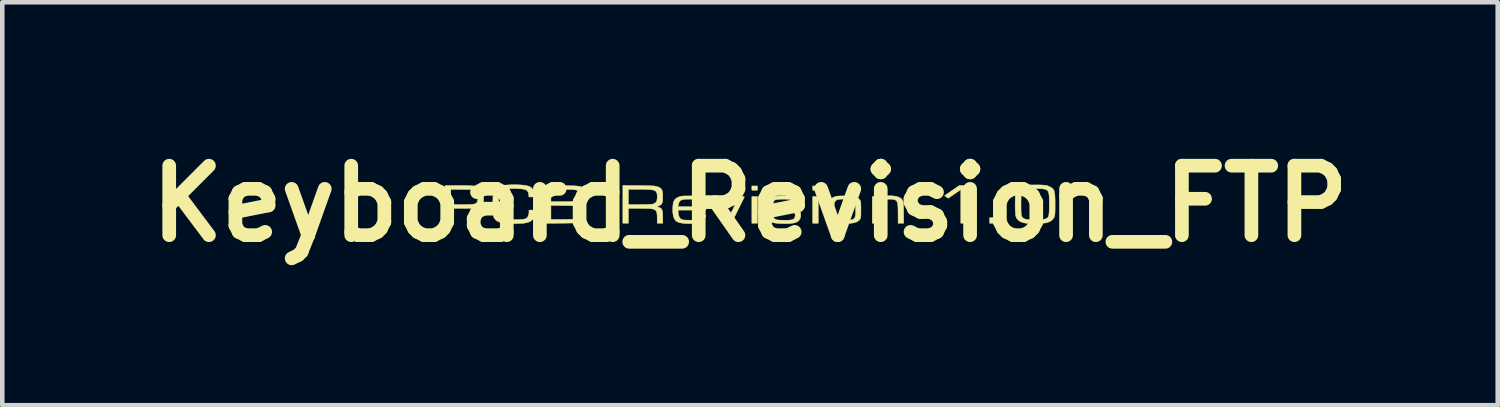
<source format=kicad_pcb>
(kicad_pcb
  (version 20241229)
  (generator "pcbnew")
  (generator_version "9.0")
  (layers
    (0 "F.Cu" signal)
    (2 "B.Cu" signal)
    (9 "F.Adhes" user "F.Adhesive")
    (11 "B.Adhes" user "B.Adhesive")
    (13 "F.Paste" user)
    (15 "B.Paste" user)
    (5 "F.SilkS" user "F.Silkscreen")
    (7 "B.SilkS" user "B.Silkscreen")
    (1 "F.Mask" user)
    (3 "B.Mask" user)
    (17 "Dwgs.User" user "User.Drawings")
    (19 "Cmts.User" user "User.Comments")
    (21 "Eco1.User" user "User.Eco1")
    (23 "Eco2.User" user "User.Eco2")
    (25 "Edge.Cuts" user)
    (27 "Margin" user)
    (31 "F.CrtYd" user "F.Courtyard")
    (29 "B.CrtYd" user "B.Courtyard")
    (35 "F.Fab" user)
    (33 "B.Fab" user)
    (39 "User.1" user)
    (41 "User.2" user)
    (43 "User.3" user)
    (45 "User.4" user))
  (footprint "Keyboard_Revision_FTP"
    (layer "F.Cu")
    (at 13.397 1.418)
    (property "Reference" "Keyboard_Revision_FTP" (at 0 0 0) (layer "F.SilkS") (effects (font (size 1.524 1.524) (thickness 0.3))))
    (attr through_hole)
    (fp_poly (pts (xy 0.162 -0.297) (xy 0.04 -0.297) (xy 0.04 -0.39) (xy 0.162 -0.39) (xy 0.162 -0.297)) (stroke (width 0.01) (type solid)) (fill yes) (layer "F.SilkS"))
    (fp_poly (pts (xy 0.162 0.428) (xy 0.04 0.428) (xy 0.04 -0.158) (xy 0.162 -0.158) (xy 0.162 0.428)) (stroke (width 0.01) (type solid)) (fill yes) (layer "F.SilkS"))
    (fp_poly (pts (xy 1.496 -0.297) (xy 1.374 -0.297) (xy 1.374 -0.39) (xy 1.496 -0.39) (xy 1.496 -0.297)) (stroke (width 0.01) (type solid)) (fill yes) (layer "F.SilkS"))
    (fp_poly (pts (xy 1.496 0.428) (xy 1.374 0.428) (xy 1.374 -0.158) (xy 1.496 -0.158) (xy 1.496 0.428)) (stroke (width 0.01) (type solid)) (fill yes) (layer "F.SilkS"))
    (fp_poly (pts (xy 5.39 0.428) (xy 5.255 0.428) (xy 5.255 0.307) (xy 5.39 0.307) (xy 5.39 0.428)) (stroke (width 0.01) (type solid)) (fill yes) (layer "F.SilkS"))
    (fp_poly (pts (xy 4.757 0.428) (xy 4.622 0.428) (xy 4.622 -0.311) (xy 4.345 -0.12) (xy 4.305 -0.149) (xy 4.266 -0.177) (xy 4.588 -0.4) (xy 4.757 -0.4) (xy 4.757 0.428)) (stroke (width 0.01) (type solid)) (fill yes) (layer "F.SilkS"))
    (fp_poly (pts (xy -6.39 -0.399) (xy -6.254 -0.399) (xy -6.143 -0.396) (xy -6.053 -0.39) (xy -5.983 -0.381) (xy -5.93 -0.365) (xy -5.893 -0.344) (xy -5.867 -0.315) (xy -5.852 -0.278) (xy -5.844 -0.231) (xy -5.842 -0.174) (xy -5.841 -0.153) (xy -5.843 -0.087) (xy -5.85 -0.033) (xy -5.865 0.01) (xy -5.891 0.043) (xy -5.929 0.067) (xy -5.982 0.083) (xy -6.054 0.094) (xy -6.146 0.1) (xy -6.261 0.102) (xy -6.335 0.102) (xy -6.562 0.102) (xy -6.562 0.428) (xy -6.684 0.428) (xy -6.684 0.019) (xy -6.562 0.019) (xy -6.326 0.019) (xy -6.229 0.018) (xy -6.156 0.017) (xy -6.102 0.014) (xy -6.064 0.01) (xy -6.043 0.005) (xy -6.014 -0.006) (xy -5.994 -0.021) (xy -5.98 -0.044) (xy -5.973 -0.077) (xy -5.97 -0.124) (xy -5.969 -0.158) (xy -5.97 -0.203) (xy -5.972 -0.234) (xy -5.977 -0.255) (xy -5.985 -0.27) (xy -5.998 -0.283) (xy -6.002 -0.285) (xy -6.034 -0.311) (xy -6.562 -0.317) (xy -6.562 0.019) (xy -6.684 0.019) (xy -6.684 -0.4) (xy -6.39 -0.399)) (stroke (width 0.01) (type solid)) (fill yes) (layer "F.SilkS"))
    (fp_poly (pts (xy 3.124 -0.173) (xy 3.212 -0.161) (xy 3.278 -0.138) (xy 3.326 -0.103) (xy 3.354 -0.055) (xy 3.356 -0.05) (xy 3.359 -0.031) (xy 3.362 0.004) (xy 3.365 0.052) (xy 3.367 0.108) (xy 3.368 0.171) (xy 3.368 0.207) (xy 3.369 0.428) (xy 3.247 0.428) (xy 3.247 0.221) (xy 3.246 0.136) (xy 3.244 0.068) (xy 3.239 0.014) (xy 3.231 -0.026) (xy 3.217 -0.055) (xy 3.198 -0.076) (xy 3.173 -0.088) (xy 3.139 -0.096) (xy 3.097 -0.1) (xy 3.073 -0.101) (xy 2.984 -0.098) (xy 2.913 -0.084) (xy 2.861 -0.056) (xy 2.831 -0.024) (xy 2.821 -0.01) (xy 2.815 0.005) (xy 2.81 0.024) (xy 2.806 0.05) (xy 2.804 0.085) (xy 2.803 0.132) (xy 2.803 0.193) (xy 2.803 0.221) (xy 2.803 0.428) (xy 2.681 0.428) (xy 2.681 -0.158) (xy 2.735 -0.158) (xy 2.77 -0.157) (xy 2.785 -0.151) (xy 2.789 -0.136) (xy 2.789 -0.129) (xy 2.789 -0.1) (xy 2.836 -0.128) (xy 2.895 -0.153) (xy 2.972 -0.169) (xy 3.062 -0.175) (xy 3.124 -0.173)) (stroke (width 0.01) (type solid)) (fill yes) (layer "F.SilkS"))
    (fp_poly (pts (xy -0.717 -0.109) (xy -0.705 -0.086) (xy -0.687 -0.049) (xy -0.662 -0.000289) (xy -0.635 0.056) (xy -0.605 0.116) (xy -0.592 0.142) (xy -0.564 0.198) (xy -0.538 0.248) (xy -0.515 0.288) (xy -0.498 0.317) (xy -0.487 0.331) (xy -0.484 0.332) (xy -0.477 0.321) (xy -0.463 0.294) (xy -0.443 0.254) (xy -0.418 0.204) (xy -0.389 0.147) (xy -0.357 0.083) (xy -0.357 0.081) (xy -0.238 -0.158) (xy -0.178 -0.158) (xy -0.139 -0.156) (xy -0.124 -0.15) (xy -0.125 -0.146) (xy -0.13 -0.135) (xy -0.144 -0.108) (xy -0.164 -0.068) (xy -0.189 -0.017) (xy -0.218 0.042) (xy -0.251 0.109) (xy -0.27 0.146) (xy -0.409 0.428) (xy -0.488 0.428) (xy -0.533 0.427) (xy -0.559 0.423) (xy -0.573 0.415) (xy -0.578 0.407) (xy -0.585 0.393) (xy -0.6 0.364) (xy -0.621 0.322) (xy -0.648 0.27) (xy -0.678 0.21) (xy -0.711 0.144) (xy -0.718 0.13) (xy -0.752 0.064) (xy -0.782 0.003) (xy -0.809 -0.05) (xy -0.831 -0.093) (xy -0.847 -0.124) (xy -0.855 -0.14) (xy -0.856 -0.142) (xy -0.858 -0.152) (xy -0.846 -0.157) (xy -0.813 -0.158) (xy -0.804 -0.158) (xy -0.743 -0.158) (xy -0.717 -0.109)) (stroke (width 0.01) (type solid)) (fill yes) (layer "F.SilkS"))
    (fp_poly (pts (xy -2.442 -0.398) (xy -2.336 -0.397) (xy -2.252 -0.396) (xy -2.188 -0.394) (xy -2.14 -0.392) (xy -2.104 -0.39) (xy -2.077 -0.386) (xy -2.055 -0.381) (xy -2.033 -0.375) (xy -2.031 -0.374) (xy -1.989 -0.358) (xy -1.959 -0.339) (xy -1.937 -0.312) (xy -1.924 -0.276) (xy -1.916 -0.228) (xy -1.914 -0.165) (xy -1.914 -0.153) (xy -1.915 -0.09) (xy -1.921 -0.042) (xy -1.933 -0.006) (xy -1.952 0.019) (xy -1.979 0.037) (xy -2.004 0.047) (xy -2.047 0.062) (xy -2.002 0.077) (xy -1.971 0.09) (xy -1.948 0.107) (xy -1.932 0.132) (xy -1.921 0.166) (xy -1.915 0.213) (xy -1.913 0.275) (xy -1.913 0.292) (xy -1.913 0.428) (xy -2.035 0.428) (xy -2.036 0.318) (xy -2.037 0.255) (xy -2.042 0.205) (xy -2.053 0.168) (xy -2.074 0.141) (xy -2.107 0.122) (xy -2.156 0.111) (xy -2.223 0.105) (xy -2.311 0.103) (xy -2.415 0.102) (xy -2.668 0.102) (xy -2.668 0.428) (xy -2.789 0.428) (xy -2.789 -0.316) (xy -2.668 -0.316) (xy -2.668 0.019) (xy -2.422 0.018) (xy -2.322 0.017) (xy -2.238 0.015) (xy -2.175 0.012) (xy -2.135 0.008) (xy -2.129 0.006) (xy -2.088 -0.009) (xy -2.059 -0.035) (xy -2.042 -0.074) (xy -2.035 -0.127) (xy -2.035 -0.147) (xy -2.036 -0.196) (xy -2.043 -0.235) (xy -2.057 -0.264) (xy -2.082 -0.286) (xy -2.121 -0.3) (xy -2.176 -0.309) (xy -2.25 -0.314) (xy -2.347 -0.316) (xy -2.418 -0.316) (xy -2.668 -0.316) (xy -2.789 -0.316) (xy -2.789 -0.401) (xy -2.442 -0.398)) (stroke (width 0.01) (type solid)) (fill yes) (layer "F.SilkS"))
    (fp_poly (pts (xy -1.262 -0.172) (xy -1.21 -0.17) (xy -1.172 -0.167) (xy -1.141 -0.162) (xy -1.112 -0.153) (xy -1.099 -0.149) (xy -1.051 -0.129) (xy -1.017 -0.104) (xy -0.994 -0.072) (xy -0.98 -0.029) (xy -0.973 0.028) (xy -0.972 0.044) (xy -0.968 0.139) (xy -1.577 0.139) (xy -1.577 0.181) (xy -1.571 0.235) (xy -1.556 0.283) (xy -1.532 0.32) (xy -1.515 0.335) (xy -1.496 0.346) (xy -1.473 0.353) (xy -1.44 0.357) (xy -1.391 0.359) (xy -1.35 0.36) (xy -1.267 0.361) (xy -1.205 0.356) (xy -1.162 0.344) (xy -1.131 0.325) (xy -1.11 0.296) (xy -1.105 0.286) (xy -1.092 0.26) (xy -1.078 0.247) (xy -1.057 0.242) (xy -1.027 0.242) (xy -0.993 0.243) (xy -0.975 0.25) (xy -0.971 0.266) (xy -0.978 0.294) (xy -0.985 0.311) (xy -1.017 0.356) (xy -1.068 0.393) (xy -1.134 0.419) (xy -1.17 0.426) (xy -1.245 0.433) (xy -1.33 0.436) (xy -1.414 0.433) (xy -1.486 0.426) (xy -1.498 0.424) (xy -1.543 0.414) (xy -1.583 0.402) (xy -1.593 0.397) (xy -1.633 0.369) (xy -1.663 0.324) (xy -1.683 0.262) (xy -1.694 0.186) (xy -1.695 0.095) (xy -1.694 0.072) (xy -1.693 0.065) (xy -1.58 0.065) (xy -1.088 0.065) (xy -1.094 0.009) (xy -1.1 -0.027) (xy -1.112 -0.051) (xy -1.133 -0.07) (xy -1.136 -0.072) (xy -1.155 -0.084) (xy -1.176 -0.091) (xy -1.206 -0.096) (xy -1.251 -0.099) (xy -1.298 -0.101) (xy -1.388 -0.101) (xy -1.455 -0.096) (xy -1.503 -0.083) (xy -1.536 -0.062) (xy -1.557 -0.03) (xy -1.57 0.014) (xy -1.571 0.017) (xy -1.58 0.065) (xy -1.693 0.065) (xy -1.687 0.004) (xy -1.674 -0.048) (xy -1.653 -0.087) (xy -1.623 -0.117) (xy -1.582 -0.141) (xy -1.563 -0.149) (xy -1.535 -0.159) (xy -1.509 -0.165) (xy -1.477 -0.169) (xy -1.433 -0.171) (xy -1.373 -0.172) (xy -1.334 -0.172) (xy -1.262 -0.172)) (stroke (width 0.01) (type solid)) (fill yes) (layer "F.SilkS"))
    (fp_poly (pts (xy 2.173 -0.17) (xy 2.249 -0.164) (xy 2.306 -0.154) (xy 2.349 -0.136) (xy 2.382 -0.112) (xy 2.401 -0.091) (xy 2.412 -0.076) (xy 2.42 -0.062) (xy 2.425 -0.044) (xy 2.429 -0.02) (xy 2.431 0.013) (xy 2.432 0.057) (xy 2.432 0.117) (xy 2.432 0.13) (xy 2.432 0.194) (xy 2.431 0.242) (xy 2.429 0.277) (xy 2.426 0.302) (xy 2.42 0.321) (xy 2.413 0.337) (xy 2.405 0.349) (xy 2.37 0.382) (xy 2.322 0.406) (xy 2.257 0.422) (xy 2.171 0.431) (xy 2.11 0.433) (xy 2.047 0.434) (xy 1.987 0.433) (xy 1.942 0.43) (xy 1.926 0.429) (xy 1.849 0.41) (xy 1.79 0.379) (xy 1.752 0.339) (xy 1.74 0.321) (xy 1.731 0.305) (xy 1.725 0.286) (xy 1.721 0.261) (xy 1.719 0.227) (xy 1.718 0.181) (xy 1.718 0.13) (xy 1.718 0.125) (xy 1.84 0.125) (xy 1.841 0.198) (xy 1.845 0.255) (xy 1.856 0.297) (xy 1.875 0.326) (xy 1.904 0.345) (xy 1.947 0.356) (xy 2.004 0.36) (xy 2.078 0.36) (xy 2.098 0.36) (xy 2.164 0.358) (xy 2.209 0.355) (xy 2.239 0.35) (xy 2.258 0.342) (xy 2.263 0.34) (xy 2.283 0.324) (xy 2.298 0.302) (xy 2.308 0.273) (xy 2.314 0.233) (xy 2.317 0.181) (xy 2.316 0.112) (xy 2.316 0.104) (xy 2.314 0.048) (xy 2.312 0.008) (xy 2.309 -0.02) (xy 2.304 -0.039) (xy 2.297 -0.052) (xy 2.287 -0.062) (xy 2.274 -0.071) (xy 2.255 -0.083) (xy 2.234 -0.091) (xy 2.204 -0.096) (xy 2.16 -0.099) (xy 2.111 -0.101) (xy 2.027 -0.102) (xy 1.963 -0.099) (xy 1.915 -0.09) (xy 1.882 -0.072) (xy 1.86 -0.044) (xy 1.847 -0.003) (xy 1.841 0.052) (xy 1.84 0.123) (xy 1.84 0.125) (xy 1.718 0.125) (xy 1.718 0.071) (xy 1.719 0.027) (xy 1.721 -0.005) (xy 1.725 -0.029) (xy 1.732 -0.047) (xy 1.741 -0.064) (xy 1.752 -0.079) (xy 1.786 -0.116) (xy 1.83 -0.142) (xy 1.846 -0.149) (xy 1.874 -0.159) (xy 1.901 -0.165) (xy 1.932 -0.169) (xy 1.976 -0.171) (xy 2.037 -0.172) (xy 2.075 -0.172) (xy 2.173 -0.17)) (stroke (width 0.01) (type solid)) (fill yes) (layer "F.SilkS"))
    (fp_poly (pts (xy 0.857 -0.17) (xy 0.936 -0.164) (xy 0.995 -0.153) (xy 1.037 -0.136) (xy 1.065 -0.112) (xy 1.082 -0.079) (xy 1.087 -0.061) (xy 1.095 -0.028) (xy 1.036 -0.028) (xy 0.997 -0.029) (xy 0.977 -0.036) (xy 0.964 -0.051) (xy 0.961 -0.055) (xy 0.94 -0.076) (xy 0.903 -0.09) (xy 0.846 -0.098) (xy 0.767 -0.101) (xy 0.696 -0.101) (xy 0.621 -0.097) (xy 0.57 -0.09) (xy 0.537 -0.077) (xy 0.52 -0.057) (xy 0.513 -0.027) (xy 0.512 -0.009) (xy 0.513 0.016) (xy 0.519 0.035) (xy 0.534 0.05) (xy 0.559 0.06) (xy 0.599 0.067) (xy 0.657 0.072) (xy 0.737 0.076) (xy 0.81 0.078) (xy 0.894 0.082) (xy 0.955 0.088) (xy 1.001 0.097) (xy 1.036 0.109) (xy 1.061 0.123) (xy 1.088 0.151) (xy 1.106 0.193) (xy 1.113 0.242) (xy 1.108 0.294) (xy 1.106 0.3) (xy 1.088 0.347) (xy 1.057 0.382) (xy 1.011 0.408) (xy 0.948 0.424) (xy 0.864 0.434) (xy 0.757 0.436) (xy 0.749 0.436) (xy 0.688 0.434) (xy 0.628 0.431) (xy 0.581 0.428) (xy 0.578 0.427) (xy 0.502 0.414) (xy 0.448 0.393) (xy 0.412 0.361) (xy 0.39 0.316) (xy 0.385 0.295) (xy 0.376 0.251) (xy 0.436 0.251) (xy 0.474 0.252) (xy 0.493 0.257) (xy 0.502 0.271) (xy 0.506 0.283) (xy 0.522 0.312) (xy 0.548 0.336) (xy 0.566 0.346) (xy 0.587 0.352) (xy 0.617 0.357) (xy 0.663 0.359) (xy 0.726 0.361) (xy 0.814 0.362) (xy 0.879 0.358) (xy 0.925 0.349) (xy 0.956 0.335) (xy 0.976 0.313) (xy 0.984 0.297) (xy 0.992 0.248) (xy 0.978 0.199) (xy 0.968 0.184) (xy 0.952 0.172) (xy 0.92 0.163) (xy 0.87 0.155) (xy 0.799 0.149) (xy 0.704 0.145) (xy 0.694 0.144) (xy 0.597 0.14) (xy 0.523 0.133) (xy 0.471 0.123) (xy 0.435 0.107) (xy 0.413 0.084) (xy 0.402 0.051) (xy 0.398 0.009) (xy 0.398 -0.009) (xy 0.401 -0.059) (xy 0.413 -0.098) (xy 0.438 -0.127) (xy 0.476 -0.147) (xy 0.532 -0.161) (xy 0.608 -0.168) (xy 0.706 -0.171) (xy 0.755 -0.172) (xy 0.857 -0.17)) (stroke (width 0.01) (type solid)) (fill yes) (layer "F.SilkS"))
    (fp_poly (pts (xy -5.003 -0.411) (xy -4.915 -0.4) (xy -4.85 -0.384) (xy -4.834 -0.378) (xy -4.788 -0.346) (xy -4.752 -0.301) (xy -4.728 -0.244) (xy -4.721 -0.211) (xy -4.712 -0.149) (xy -4.848 -0.149) (xy -4.854 -0.205) (xy -4.862 -0.246) (xy -4.879 -0.278) (xy -4.908 -0.301) (xy -4.953 -0.317) (xy -5.015 -0.327) (xy -5.099 -0.333) (xy -5.182 -0.334) (xy -5.253 -0.334) (xy -5.305 -0.332) (xy -5.342 -0.329) (xy -5.372 -0.323) (xy -5.401 -0.315) (xy -5.404 -0.314) (xy -5.434 -0.302) (xy -5.458 -0.291) (xy -5.476 -0.276) (xy -5.49 -0.256) (xy -5.5 -0.23) (xy -5.506 -0.194) (xy -5.509 -0.146) (xy -5.511 -0.085) (xy -5.511 -0.007) (xy -5.511 0.009) (xy -5.511 0.089) (xy -5.51 0.152) (xy -5.507 0.201) (xy -5.502 0.239) (xy -5.494 0.267) (xy -5.482 0.288) (xy -5.467 0.304) (xy -5.447 0.318) (xy -5.426 0.329) (xy -5.409 0.337) (xy -5.389 0.342) (xy -5.362 0.345) (xy -5.322 0.347) (xy -5.265 0.348) (xy -5.186 0.349) (xy -5.183 0.349) (xy -5.09 0.348) (xy -5.02 0.345) (xy -4.968 0.34) (xy -4.931 0.332) (xy -4.905 0.319) (xy -4.885 0.301) (xy -4.874 0.287) (xy -4.86 0.257) (xy -4.85 0.218) (xy -4.848 0.197) (xy -4.846 0.139) (xy -4.712 0.139) (xy -4.721 0.215) (xy -4.735 0.284) (xy -4.762 0.338) (xy -4.803 0.377) (xy -4.862 0.405) (xy -4.938 0.423) (xy -4.963 0.427) (xy -5.009 0.43) (xy -5.072 0.433) (xy -5.143 0.435) (xy -5.216 0.436) (xy -5.283 0.435) (xy -5.337 0.433) (xy -5.37 0.43) (xy -5.455 0.414) (xy -5.519 0.393) (xy -5.565 0.367) (xy -5.598 0.332) (xy -5.615 0.304) (xy -5.622 0.287) (xy -5.628 0.268) (xy -5.633 0.244) (xy -5.636 0.213) (xy -5.638 0.172) (xy -5.639 0.119) (xy -5.639 0.051) (xy -5.639 0.009) (xy -5.639 -0.077) (xy -5.637 -0.147) (xy -5.633 -0.203) (xy -5.627 -0.247) (xy -5.618 -0.281) (xy -5.605 -0.308) (xy -5.588 -0.329) (xy -5.566 -0.347) (xy -5.544 -0.362) (xy -5.509 -0.38) (xy -5.469 -0.394) (xy -5.42 -0.403) (xy -5.356 -0.41) (xy -5.273 -0.414) (xy -5.234 -0.416) (xy -5.11 -0.416) (xy -5.003 -0.411)) (stroke (width 0.01) (type solid)) (fill yes) (layer "F.SilkS"))
    (fp_poly (pts (xy -4.133 -0.398) (xy -4.013 -0.396) (xy -3.917 -0.395) (xy -3.842 -0.392) (xy -3.785 -0.388) (xy -3.742 -0.382) (xy -3.71 -0.374) (xy -3.688 -0.363) (xy -3.67 -0.349) (xy -3.656 -0.333) (xy -3.645 -0.315) (xy -3.637 -0.292) (xy -3.633 -0.261) (xy -3.632 -0.216) (xy -3.631 -0.194) (xy -3.632 -0.146) (xy -3.634 -0.112) (xy -3.639 -0.089) (xy -3.647 -0.073) (xy -3.659 -0.06) (xy -3.66 -0.059) (xy -3.688 -0.038) (xy -3.716 -0.023) (xy -3.717 -0.022) (xy -3.733 -0.016) (xy -3.733 -0.009) (xy -3.714 0.001) (xy -3.695 0.01) (xy -3.656 0.031) (xy -3.628 0.054) (xy -3.611 0.084) (xy -3.602 0.123) (xy -3.6 0.175) (xy -3.6 0.204) (xy -3.605 0.264) (xy -3.614 0.309) (xy -3.63 0.342) (xy -3.655 0.367) (xy -3.692 0.387) (xy -3.726 0.4) (xy -3.747 0.407) (xy -3.768 0.412) (xy -3.791 0.416) (xy -3.821 0.419) (xy -3.861 0.422) (xy -3.914 0.423) (xy -3.986 0.424) (xy -4.078 0.426) (xy -4.14 0.426) (xy -4.487 0.429) (xy -4.487 0.344) (xy -4.366 0.344) (xy -4.104 0.344) (xy -4.02 0.343) (xy -3.944 0.342) (xy -3.88 0.34) (xy -3.834 0.338) (xy -3.809 0.335) (xy -3.808 0.335) (xy -3.768 0.316) (xy -3.741 0.284) (xy -3.725 0.237) (xy -3.722 0.216) (xy -3.723 0.154) (xy -3.736 0.105) (xy -3.763 0.071) (xy -3.783 0.058) (xy -3.799 0.052) (xy -3.821 0.048) (xy -3.853 0.045) (xy -3.899 0.042) (xy -3.962 0.041) (xy -4.047 0.039) (xy -4.092 0.039) (xy -4.366 0.036) (xy -4.366 0.344) (xy -4.487 0.344) (xy -4.487 -0.316) (xy -4.366 -0.316) (xy -4.366 -0.046) (xy -4.109 -0.046) (xy -4.012 -0.047) (xy -3.939 -0.048) (xy -3.885 -0.05) (xy -3.847 -0.053) (xy -3.822 -0.058) (xy -3.814 -0.06) (xy -3.785 -0.075) (xy -3.767 -0.09) (xy -3.756 -0.122) (xy -3.751 -0.164) (xy -3.751 -0.207) (xy -3.757 -0.244) (xy -3.759 -0.249) (xy -3.769 -0.27) (xy -3.783 -0.286) (xy -3.805 -0.298) (xy -3.838 -0.306) (xy -3.885 -0.312) (xy -3.949 -0.315) (xy -4.035 -0.316) (xy -4.116 -0.316) (xy -4.366 -0.316) (xy -4.487 -0.316) (xy -4.487 -0.401) (xy -4.133 -0.398)) (stroke (width 0.01) (type solid)) (fill yes) (layer "F.SilkS"))
    (fp_poly (pts (xy 6.342 -0.413) (xy 6.416 -0.41) (xy 6.473 -0.405) (xy 6.518 -0.396) (xy 6.556 -0.382) (xy 6.591 -0.364) (xy 6.596 -0.361) (xy 6.622 -0.344) (xy 6.643 -0.325) (xy 6.659 -0.303) (xy 6.671 -0.275) (xy 6.679 -0.239) (xy 6.685 -0.192) (xy 6.688 -0.133) (xy 6.69 -0.06) (xy 6.69 0.009) (xy 6.69 0.086) (xy 6.689 0.147) (xy 6.688 0.194) (xy 6.685 0.23) (xy 6.681 0.257) (xy 6.676 0.278) (xy 6.67 0.296) (xy 6.666 0.303) (xy 6.629 0.354) (xy 6.573 0.393) (xy 6.515 0.414) (xy 6.477 0.421) (xy 6.42 0.427) (xy 6.348 0.431) (xy 6.271 0.434) (xy 6.194 0.434) (xy 6.125 0.433) (xy 6.069 0.429) (xy 6.055 0.428) (xy 5.973 0.41) (xy 5.912 0.382) (xy 5.884 0.36) (xy 5.864 0.34) (xy 5.848 0.319) (xy 5.836 0.295) (xy 5.827 0.265) (xy 5.821 0.227) (xy 5.817 0.178) (xy 5.815 0.116) (xy 5.814 0.039) (xy 5.814 0.009) (xy 5.942 0.009) (xy 5.943 0.085) (xy 5.943 0.144) (xy 5.945 0.19) (xy 5.947 0.224) (xy 5.95 0.249) (xy 5.955 0.267) (xy 5.961 0.281) (xy 5.966 0.288) (xy 5.988 0.313) (xy 6.018 0.33) (xy 6.058 0.342) (xy 6.114 0.349) (xy 6.19 0.353) (xy 6.252 0.353) (xy 6.33 0.353) (xy 6.386 0.351) (xy 6.426 0.347) (xy 6.456 0.34) (xy 6.468 0.337) (xy 6.494 0.327) (xy 6.515 0.315) (xy 6.531 0.301) (xy 6.543 0.28) (xy 6.552 0.252) (xy 6.557 0.214) (xy 6.56 0.163) (xy 6.562 0.099) (xy 6.562 0.018) (xy 6.562 0.011) (xy 6.562 -0.077) (xy 6.56 -0.148) (xy 6.556 -0.205) (xy 6.546 -0.248) (xy 6.531 -0.28) (xy 6.508 -0.303) (xy 6.476 -0.317) (xy 6.433 -0.326) (xy 6.378 -0.33) (xy 6.309 -0.332) (xy 6.266 -0.333) (xy 6.189 -0.333) (xy 6.133 -0.333) (xy 6.093 -0.331) (xy 6.064 -0.327) (xy 6.04 -0.32) (xy 6.037 -0.319) (xy 6.01 -0.309) (xy 5.99 -0.297) (xy 5.973 -0.282) (xy 5.961 -0.262) (xy 5.953 -0.233) (xy 5.947 -0.196) (xy 5.944 -0.146) (xy 5.943 -0.082) (xy 5.942 -0.002) (xy 5.942 0.009) (xy 5.814 0.009) (xy 5.815 -0.074) (xy 5.816 -0.14) (xy 5.82 -0.193) (xy 5.825 -0.235) (xy 5.833 -0.267) (xy 5.844 -0.293) (xy 5.858 -0.315) (xy 5.877 -0.335) (xy 5.885 -0.343) (xy 5.917 -0.368) (xy 5.955 -0.386) (xy 6.001 -0.399) (xy 6.061 -0.408) (xy 6.14 -0.412) (xy 6.24 -0.413) (xy 6.246 -0.413) (xy 6.342 -0.413)) (stroke (width 0.01) (type solid)) (fill yes) (layer "F.SilkS")))
  (gr_rect
    (start -3 -3)
    (end 29.793 5.836)
    (stroke (width 0.1) (type default))
    (fill no)
    (layer "Edge.Cuts")))
</source>
